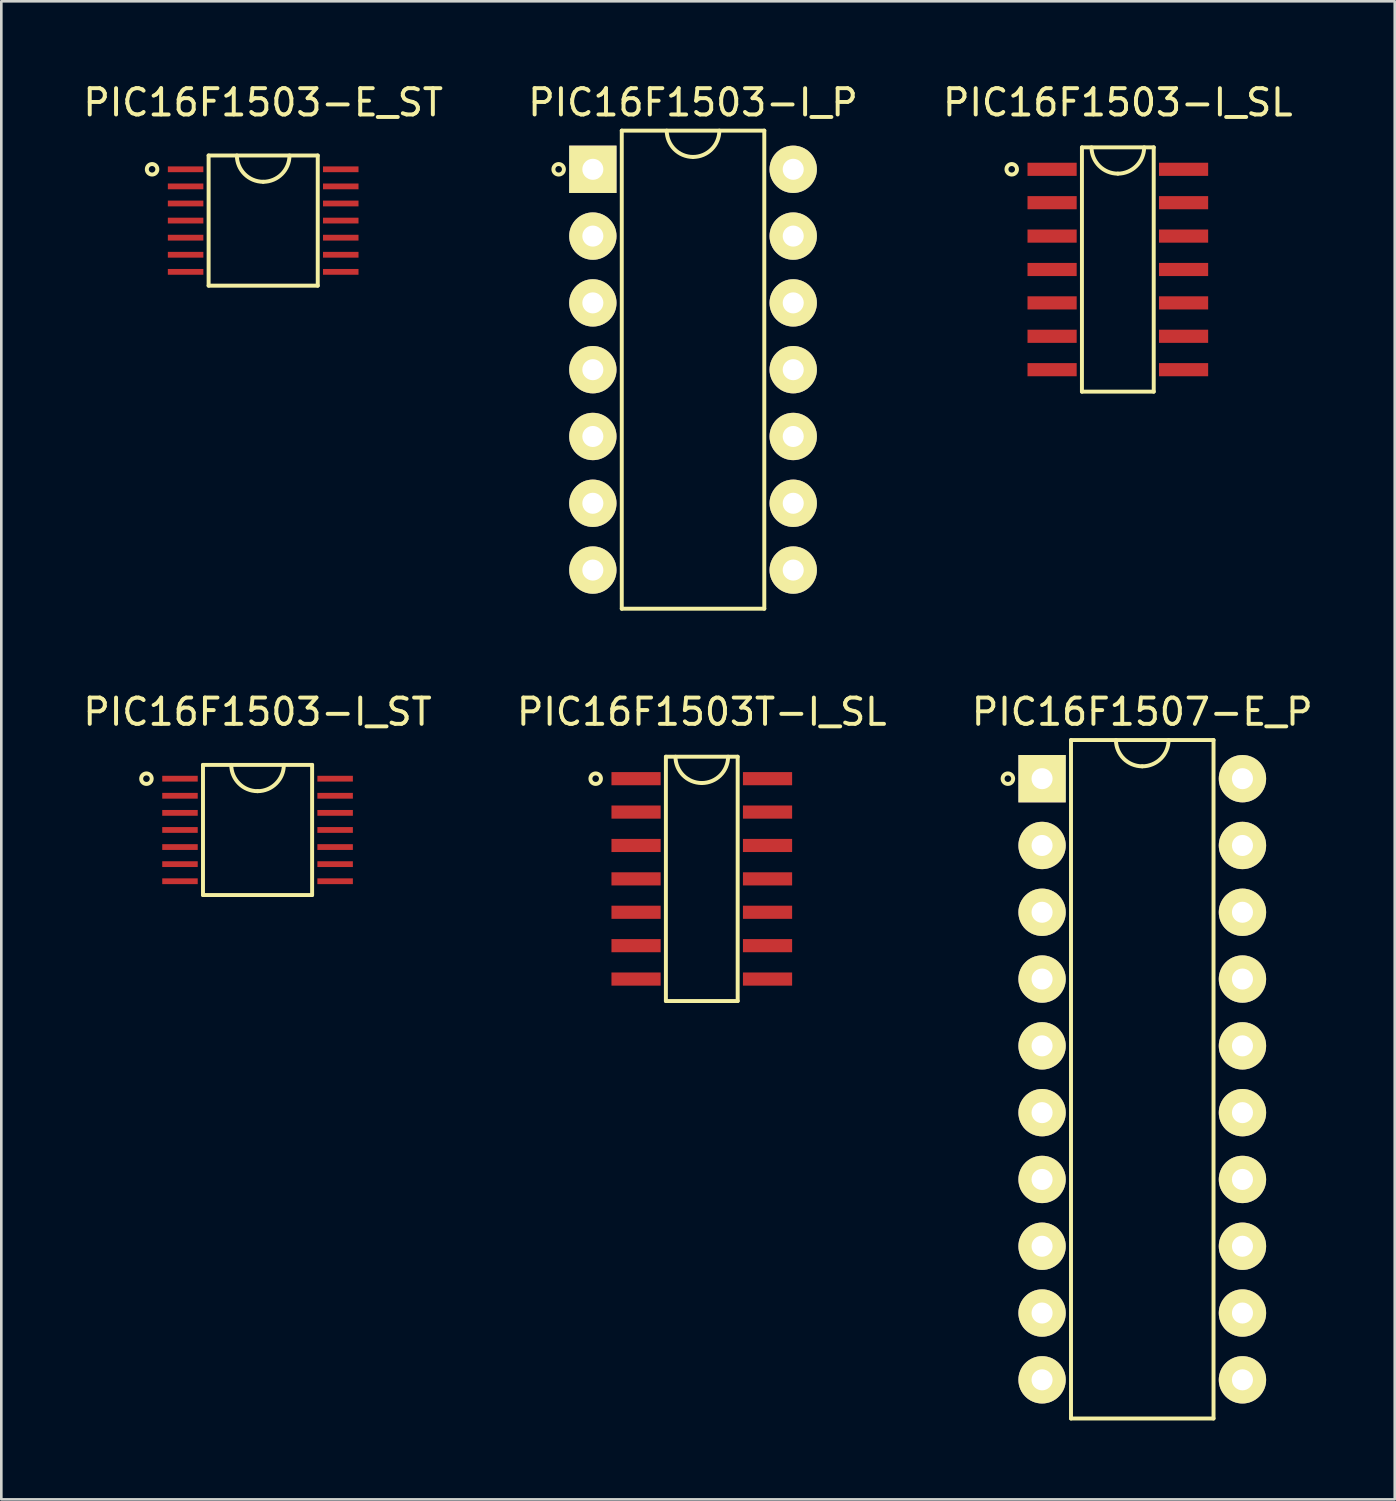
<source format=kicad_pcb>
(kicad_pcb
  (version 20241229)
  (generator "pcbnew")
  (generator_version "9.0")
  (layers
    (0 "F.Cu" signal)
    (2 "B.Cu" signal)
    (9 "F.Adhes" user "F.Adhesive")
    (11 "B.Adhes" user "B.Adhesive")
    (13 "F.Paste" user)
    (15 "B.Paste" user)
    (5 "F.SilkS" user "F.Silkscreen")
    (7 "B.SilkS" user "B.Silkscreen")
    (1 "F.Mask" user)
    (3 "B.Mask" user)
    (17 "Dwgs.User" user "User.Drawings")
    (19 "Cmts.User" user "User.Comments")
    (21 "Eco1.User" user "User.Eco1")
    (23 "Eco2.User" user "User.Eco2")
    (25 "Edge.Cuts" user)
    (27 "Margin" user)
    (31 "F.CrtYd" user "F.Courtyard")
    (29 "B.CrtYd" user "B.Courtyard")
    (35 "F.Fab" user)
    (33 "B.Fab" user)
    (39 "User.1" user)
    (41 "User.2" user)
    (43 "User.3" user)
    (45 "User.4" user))
  (footprint "PIC16F1503-I_SL"
    (layer "F.Cu")
    (at 36.958 3.388)
    (property "Reference" "PIC16F1503-I_SL" (at 2.5 -2.54 0) (layer "F.SilkS") (effects (font (size 1 1) (thickness 0.15))))
    (attr through_hole)
    (fp_line (start 1.135 -0.835) (end 3.865 -0.835) (stroke (width 0.15) (type solid)) (layer "F.SilkS"))
    (fp_line (start 1.135 8.455) (end 1.135 -0.835) (stroke (width 0.15) (type solid)) (layer "F.SilkS"))
    (fp_line (start 3.865 -0.835) (end 3.865 8.455) (stroke (width 0.15) (type solid)) (layer "F.SilkS"))
    (fp_line (start 3.865 8.455) (end 1.135 8.455) (stroke (width 0.15) (type solid)) (layer "F.SilkS"))
    (fp_arc (start 2.5 0.165) (mid 1.792893 -0.127893) (end 1.5 -0.835) (stroke (width 0.15) (type solid)) (layer "F.SilkS"))
    (fp_arc (start 3.5 -0.835) (mid 3.207107 -0.127893) (end 2.5 0.165) (stroke (width 0.15) (type solid)) (layer "F.SilkS"))
    (fp_circle (center -1.535 0) (end -1.535 0.2) (stroke (width 0.15) (type solid)) (fill no) (layer "F.SilkS"))
    (pad "1" smd rect (at 0 0) (size 1.87 0.5) (layers "F.Cu" "F.Mask" "F.Paste"))
    (pad "2" smd rect (at 0 1.27) (size 1.87 0.5) (layers "F.Cu" "F.Mask" "F.Paste"))
    (pad "3" smd rect (at 0 2.54) (size 1.87 0.5) (layers "F.Cu" "F.Mask" "F.Paste"))
    (pad "4" smd rect (at 0 3.81) (size 1.87 0.5) (layers "F.Cu" "F.Mask" "F.Paste"))
    (pad "5" smd rect (at 0 5.08) (size 1.87 0.5) (layers "F.Cu" "F.Mask" "F.Paste"))
    (pad "6" smd rect (at 0 6.35) (size 1.87 0.5) (layers "F.Cu" "F.Mask" "F.Paste"))
    (pad "7" smd rect (at 0 7.62) (size 1.87 0.5) (layers "F.Cu" "F.Mask" "F.Paste"))
    (pad "8" smd rect (at 5 7.62) (size 1.87 0.5) (layers "F.Cu" "F.Mask" "F.Paste"))
    (pad "9" smd rect (at 5 6.35) (size 1.87 0.5) (layers "F.Cu" "F.Mask" "F.Paste"))
    (pad "10" smd rect (at 5 5.08) (size 1.87 0.5) (layers "F.Cu" "F.Mask" "F.Paste"))
    (pad "11" smd rect (at 5 3.81) (size 1.87 0.5) (layers "F.Cu" "F.Mask" "F.Paste"))
    (pad "12" smd rect (at 5 2.54) (size 1.87 0.5) (layers "F.Cu" "F.Mask" "F.Paste"))
    (pad "13" smd rect (at 5 1.27) (size 1.87 0.5) (layers "F.Cu" "F.Mask" "F.Paste"))
    (pad "14" smd rect (at 5 0) (size 1.87 0.5) (layers "F.Cu" "F.Mask" "F.Paste")))
  (footprint "PIC16F1503-I_ST"
    (layer "F.Cu")
    (at 3.794 26.561)
    (property "Reference" "PIC16F1503-I_ST" (at 2.95 -2.54 0) (layer "F.SilkS") (effects (font (size 1 1) (thickness 0.15))))
    (attr through_hole)
    (fp_line (start 0.875 -0.525) (end 5.025 -0.525) (stroke (width 0.15) (type solid)) (layer "F.SilkS"))
    (fp_line (start 0.875 4.425) (end 0.875 -0.525) (stroke (width 0.15) (type solid)) (layer "F.SilkS"))
    (fp_line (start 5.025 -0.525) (end 5.025 4.425) (stroke (width 0.15) (type solid)) (layer "F.SilkS"))
    (fp_line (start 5.025 4.425) (end 0.875 4.425) (stroke (width 0.15) (type solid)) (layer "F.SilkS"))
    (fp_arc (start 2.95 0.475) (mid 2.242893 0.182107) (end 1.95 -0.525) (stroke (width 0.15) (type solid)) (layer "F.SilkS"))
    (fp_arc (start 3.95 -0.525) (mid 3.657107 0.182107) (end 2.95 0.475) (stroke (width 0.15) (type solid)) (layer "F.SilkS"))
    (fp_circle (center -1.275 0) (end -1.275 0.2) (stroke (width 0.15) (type solid)) (fill no) (layer "F.SilkS"))
    (pad "1" smd rect (at 0 0) (size 1.35 0.22) (layers "F.Cu" "F.Mask" "F.Paste"))
    (pad "2" smd rect (at 0 0.65) (size 1.35 0.22) (layers "F.Cu" "F.Mask" "F.Paste"))
    (pad "3" smd rect (at 0 1.3) (size 1.35 0.22) (layers "F.Cu" "F.Mask" "F.Paste"))
    (pad "4" smd rect (at 0 1.95) (size 1.35 0.22) (layers "F.Cu" "F.Mask" "F.Paste"))
    (pad "5" smd rect (at 0 2.6) (size 1.35 0.22) (layers "F.Cu" "F.Mask" "F.Paste"))
    (pad "6" smd rect (at 0 3.25) (size 1.35 0.22) (layers "F.Cu" "F.Mask" "F.Paste"))
    (pad "7" smd rect (at 0 3.9) (size 1.35 0.22) (layers "F.Cu" "F.Mask" "F.Paste"))
    (pad "8" smd rect (at 5.9 3.9) (size 1.35 0.22) (layers "F.Cu" "F.Mask" "F.Paste"))
    (pad "9" smd rect (at 5.9 3.25) (size 1.35 0.22) (layers "F.Cu" "F.Mask" "F.Paste"))
    (pad "10" smd rect (at 5.9 2.6) (size 1.35 0.22) (layers "F.Cu" "F.Mask" "F.Paste"))
    (pad "11" smd rect (at 5.9 1.95) (size 1.35 0.22) (layers "F.Cu" "F.Mask" "F.Paste"))
    (pad "12" smd rect (at 5.9 1.3) (size 1.35 0.22) (layers "F.Cu" "F.Mask" "F.Paste"))
    (pad "13" smd rect (at 5.9 0.65) (size 1.35 0.22) (layers "F.Cu" "F.Mask" "F.Paste"))
    (pad "14" smd rect (at 5.9 0) (size 1.35 0.22) (layers "F.Cu" "F.Mask" "F.Paste")))
  (footprint "PIC16F1503-I_P"
    (layer "F.Cu")
    (at 19.494 3.388)
    (property "Reference" "PIC16F1503-I_P" (at 3.81 -2.54 0) (layer "F.SilkS") (effects (font (size 1 1) (thickness 0.15))))
    (attr through_hole)
    (fp_line (start 1.1 -1.47) (end 6.52 -1.47) (stroke (width 0.15) (type solid)) (layer "F.SilkS"))
    (fp_line (start 1.1 16.71) (end 1.1 -1.47) (stroke (width 0.15) (type solid)) (layer "F.SilkS"))
    (fp_line (start 6.52 -1.47) (end 6.52 16.71) (stroke (width 0.15) (type solid)) (layer "F.SilkS"))
    (fp_line (start 6.52 16.71) (end 1.1 16.71) (stroke (width 0.15) (type solid)) (layer "F.SilkS"))
    (fp_arc (start 3.81 -0.47) (mid 3.102893 -0.762893) (end 2.81 -1.47) (stroke (width 0.15) (type solid)) (layer "F.SilkS"))
    (fp_arc (start 4.81 -1.47) (mid 4.517107 -0.762893) (end 3.81 -0.47) (stroke (width 0.15) (type solid)) (layer "F.SilkS"))
    (fp_circle (center -1.3 0) (end -1.3 0.2) (stroke (width 0.15) (type solid)) (fill no) (layer "F.SilkS"))
    (pad "1" thru_hole rect (at 0 0) (size 1.8 1.8) (drill 0.8) (layers "*.Cu" "*.Mask" "F.SilkS"))
    (pad "2" thru_hole circle (at 0 2.54) (size 1.8 1.8) (drill 0.8) (layers "*.Cu" "*.Mask" "F.SilkS"))
    (pad "3" thru_hole circle (at 0 5.08) (size 1.8 1.8) (drill 0.8) (layers "*.Cu" "*.Mask" "F.SilkS"))
    (pad "4" thru_hole circle (at 0 7.62) (size 1.8 1.8) (drill 0.8) (layers "*.Cu" "*.Mask" "F.SilkS"))
    (pad "5" thru_hole circle (at 0 10.16) (size 1.8 1.8) (drill 0.8) (layers "*.Cu" "*.Mask" "F.SilkS"))
    (pad "6" thru_hole circle (at 0 12.7) (size 1.8 1.8) (drill 0.8) (layers "*.Cu" "*.Mask" "F.SilkS"))
    (pad "7" thru_hole circle (at 0 15.24) (size 1.8 1.8) (drill 0.8) (layers "*.Cu" "*.Mask" "F.SilkS"))
    (pad "8" thru_hole circle (at 7.62 15.24) (size 1.8 1.8) (drill 0.8) (layers "*.Cu" "*.Mask" "F.SilkS"))
    (pad "9" thru_hole circle (at 7.62 12.7) (size 1.8 1.8) (drill 0.8) (layers "*.Cu" "*.Mask" "F.SilkS"))
    (pad "10" thru_hole circle (at 7.62 10.16) (size 1.8 1.8) (drill 0.8) (layers "*.Cu" "*.Mask" "F.SilkS"))
    (pad "11" thru_hole circle (at 7.62 7.62) (size 1.8 1.8) (drill 0.8) (layers "*.Cu" "*.Mask" "F.SilkS"))
    (pad "12" thru_hole circle (at 7.62 5.08) (size 1.8 1.8) (drill 0.8) (layers "*.Cu" "*.Mask" "F.SilkS"))
    (pad "13" thru_hole circle (at 7.62 2.54) (size 1.8 1.8) (drill 0.8) (layers "*.Cu" "*.Mask" "F.SilkS"))
    (pad "14" thru_hole circle (at 7.62 0) (size 1.8 1.8) (drill 0.8) (layers "*.Cu" "*.Mask" "F.SilkS")))
  (footprint "PIC16F1503-E_ST"
    (layer "F.Cu")
    (at 4.008 3.388)
    (property "Reference" "PIC16F1503-E_ST" (at 2.95 -2.54 0) (layer "F.SilkS") (effects (font (size 1 1) (thickness 0.15))))
    (attr through_hole)
    (fp_line (start 0.875 -0.525) (end 5.025 -0.525) (stroke (width 0.15) (type solid)) (layer "F.SilkS"))
    (fp_line (start 0.875 4.425) (end 0.875 -0.525) (stroke (width 0.15) (type solid)) (layer "F.SilkS"))
    (fp_line (start 5.025 -0.525) (end 5.025 4.425) (stroke (width 0.15) (type solid)) (layer "F.SilkS"))
    (fp_line (start 5.025 4.425) (end 0.875 4.425) (stroke (width 0.15) (type solid)) (layer "F.SilkS"))
    (fp_arc (start 2.95 0.475) (mid 2.242893 0.182107) (end 1.95 -0.525) (stroke (width 0.15) (type solid)) (layer "F.SilkS"))
    (fp_arc (start 3.95 -0.525) (mid 3.657107 0.182107) (end 2.95 0.475) (stroke (width 0.15) (type solid)) (layer "F.SilkS"))
    (fp_circle (center -1.275 0) (end -1.275 0.2) (stroke (width 0.15) (type solid)) (fill no) (layer "F.SilkS"))
    (pad "1" smd rect (at 0 0) (size 1.35 0.22) (layers "F.Cu" "F.Mask" "F.Paste"))
    (pad "2" smd rect (at 0 0.65) (size 1.35 0.22) (layers "F.Cu" "F.Mask" "F.Paste"))
    (pad "3" smd rect (at 0 1.3) (size 1.35 0.22) (layers "F.Cu" "F.Mask" "F.Paste"))
    (pad "4" smd rect (at 0 1.95) (size 1.35 0.22) (layers "F.Cu" "F.Mask" "F.Paste"))
    (pad "5" smd rect (at 0 2.6) (size 1.35 0.22) (layers "F.Cu" "F.Mask" "F.Paste"))
    (pad "6" smd rect (at 0 3.25) (size 1.35 0.22) (layers "F.Cu" "F.Mask" "F.Paste"))
    (pad "7" smd rect (at 0 3.9) (size 1.35 0.22) (layers "F.Cu" "F.Mask" "F.Paste"))
    (pad "8" smd rect (at 5.9 3.9) (size 1.35 0.22) (layers "F.Cu" "F.Mask" "F.Paste"))
    (pad "9" smd rect (at 5.9 3.25) (size 1.35 0.22) (layers "F.Cu" "F.Mask" "F.Paste"))
    (pad "10" smd rect (at 5.9 2.6) (size 1.35 0.22) (layers "F.Cu" "F.Mask" "F.Paste"))
    (pad "11" smd rect (at 5.9 1.95) (size 1.35 0.22) (layers "F.Cu" "F.Mask" "F.Paste"))
    (pad "12" smd rect (at 5.9 1.3) (size 1.35 0.22) (layers "F.Cu" "F.Mask" "F.Paste"))
    (pad "13" smd rect (at 5.9 0.65) (size 1.35 0.22) (layers "F.Cu" "F.Mask" "F.Paste"))
    (pad "14" smd rect (at 5.9 0) (size 1.35 0.22) (layers "F.Cu" "F.Mask" "F.Paste")))
  (footprint "PIC16F1503T-I_SL"
    (layer "F.Cu")
    (at 21.137 26.561)
    (property "Reference" "PIC16F1503T-I_SL" (at 2.5 -2.54 0) (layer "F.SilkS") (effects (font (size 1 1) (thickness 0.15))))
    (attr through_hole)
    (fp_line (start 1.135 -0.835) (end 3.865 -0.835) (stroke (width 0.15) (type solid)) (layer "F.SilkS"))
    (fp_line (start 1.135 8.455) (end 1.135 -0.835) (stroke (width 0.15) (type solid)) (layer "F.SilkS"))
    (fp_line (start 3.865 -0.835) (end 3.865 8.455) (stroke (width 0.15) (type solid)) (layer "F.SilkS"))
    (fp_line (start 3.865 8.455) (end 1.135 8.455) (stroke (width 0.15) (type solid)) (layer "F.SilkS"))
    (fp_arc (start 2.5 0.165) (mid 1.792893 -0.127893) (end 1.5 -0.835) (stroke (width 0.15) (type solid)) (layer "F.SilkS"))
    (fp_arc (start 3.5 -0.835) (mid 3.207107 -0.127893) (end 2.5 0.165) (stroke (width 0.15) (type solid)) (layer "F.SilkS"))
    (fp_circle (center -1.535 0) (end -1.535 0.2) (stroke (width 0.15) (type solid)) (fill no) (layer "F.SilkS"))
    (pad "1" smd rect (at 0 0) (size 1.87 0.5) (layers "F.Cu" "F.Mask" "F.Paste"))
    (pad "2" smd rect (at 0 1.27) (size 1.87 0.5) (layers "F.Cu" "F.Mask" "F.Paste"))
    (pad "3" smd rect (at 0 2.54) (size 1.87 0.5) (layers "F.Cu" "F.Mask" "F.Paste"))
    (pad "4" smd rect (at 0 3.81) (size 1.87 0.5) (layers "F.Cu" "F.Mask" "F.Paste"))
    (pad "5" smd rect (at 0 5.08) (size 1.87 0.5) (layers "F.Cu" "F.Mask" "F.Paste"))
    (pad "6" smd rect (at 0 6.35) (size 1.87 0.5) (layers "F.Cu" "F.Mask" "F.Paste"))
    (pad "7" smd rect (at 0 7.62) (size 1.87 0.5) (layers "F.Cu" "F.Mask" "F.Paste"))
    (pad "8" smd rect (at 5 7.62) (size 1.87 0.5) (layers "F.Cu" "F.Mask" "F.Paste"))
    (pad "9" smd rect (at 5 6.35) (size 1.87 0.5) (layers "F.Cu" "F.Mask" "F.Paste"))
    (pad "10" smd rect (at 5 5.08) (size 1.87 0.5) (layers "F.Cu" "F.Mask" "F.Paste"))
    (pad "11" smd rect (at 5 3.81) (size 1.87 0.5) (layers "F.Cu" "F.Mask" "F.Paste"))
    (pad "12" smd rect (at 5 2.54) (size 1.87 0.5) (layers "F.Cu" "F.Mask" "F.Paste"))
    (pad "13" smd rect (at 5 1.27) (size 1.87 0.5) (layers "F.Cu" "F.Mask" "F.Paste"))
    (pad "14" smd rect (at 5 0) (size 1.87 0.5) (layers "F.Cu" "F.Mask" "F.Paste")))
  (footprint "PIC16F1507-E_P"
    (layer "F.Cu")
    (at 36.577 26.561)
    (property "Reference" "PIC16F1507-E_P" (at 3.81 -2.54 0) (layer "F.SilkS") (effects (font (size 1 1) (thickness 0.15))))
    (attr through_hole)
    (fp_line (start 1.1 -1.47) (end 6.52 -1.47) (stroke (width 0.15) (type solid)) (layer "F.SilkS"))
    (fp_line (start 1.1 24.33) (end 1.1 -1.47) (stroke (width 0.15) (type solid)) (layer "F.SilkS"))
    (fp_line (start 6.52 -1.47) (end 6.52 24.33) (stroke (width 0.15) (type solid)) (layer "F.SilkS"))
    (fp_line (start 6.52 24.33) (end 1.1 24.33) (stroke (width 0.15) (type solid)) (layer "F.SilkS"))
    (fp_arc (start 3.81 -0.47) (mid 3.102893 -0.762893) (end 2.81 -1.47) (stroke (width 0.15) (type solid)) (layer "F.SilkS"))
    (fp_arc (start 4.81 -1.47) (mid 4.517107 -0.762893) (end 3.81 -0.47) (stroke (width 0.15) (type solid)) (layer "F.SilkS"))
    (fp_circle (center -1.3 0) (end -1.3 0.2) (stroke (width 0.15) (type solid)) (fill no) (layer "F.SilkS"))
    (pad "1" thru_hole rect (at 0 0) (size 1.8 1.8) (drill 0.8) (layers "*.Cu" "*.Mask" "F.SilkS"))
    (pad "2" thru_hole circle (at 0 2.54) (size 1.8 1.8) (drill 0.8) (layers "*.Cu" "*.Mask" "F.SilkS"))
    (pad "3" thru_hole circle (at 0 5.08) (size 1.8 1.8) (drill 0.8) (layers "*.Cu" "*.Mask" "F.SilkS"))
    (pad "4" thru_hole circle (at 0 7.62) (size 1.8 1.8) (drill 0.8) (layers "*.Cu" "*.Mask" "F.SilkS"))
    (pad "5" thru_hole circle (at 0 10.16) (size 1.8 1.8) (drill 0.8) (layers "*.Cu" "*.Mask" "F.SilkS"))
    (pad "6" thru_hole circle (at 0 12.7) (size 1.8 1.8) (drill 0.8) (layers "*.Cu" "*.Mask" "F.SilkS"))
    (pad "7" thru_hole circle (at 0 15.24) (size 1.8 1.8) (drill 0.8) (layers "*.Cu" "*.Mask" "F.SilkS"))
    (pad "8" thru_hole circle (at 0 17.78) (size 1.8 1.8) (drill 0.8) (layers "*.Cu" "*.Mask" "F.SilkS"))
    (pad "9" thru_hole circle (at 0 20.32) (size 1.8 1.8) (drill 0.8) (layers "*.Cu" "*.Mask" "F.SilkS"))
    (pad "10" thru_hole circle (at 0 22.86) (size 1.8 1.8) (drill 0.8) (layers "*.Cu" "*.Mask" "F.SilkS"))
    (pad "11" thru_hole circle (at 7.62 22.86) (size 1.8 1.8) (drill 0.8) (layers "*.Cu" "*.Mask" "F.SilkS"))
    (pad "12" thru_hole circle (at 7.62 20.32) (size 1.8 1.8) (drill 0.8) (layers "*.Cu" "*.Mask" "F.SilkS"))
    (pad "13" thru_hole circle (at 7.62 17.78) (size 1.8 1.8) (drill 0.8) (layers "*.Cu" "*.Mask" "F.SilkS"))
    (pad "14" thru_hole circle (at 7.62 15.24) (size 1.8 1.8) (drill 0.8) (layers "*.Cu" "*.Mask" "F.SilkS"))
    (pad "15" thru_hole circle (at 7.62 12.7) (size 1.8 1.8) (drill 0.8) (layers "*.Cu" "*.Mask" "F.SilkS"))
    (pad "16" thru_hole circle (at 7.62 10.16) (size 1.8 1.8) (drill 0.8) (layers "*.Cu" "*.Mask" "F.SilkS"))
    (pad "17" thru_hole circle (at 7.62 7.62) (size 1.8 1.8) (drill 0.8) (layers "*.Cu" "*.Mask" "F.SilkS"))
    (pad "18" thru_hole circle (at 7.62 5.08) (size 1.8 1.8) (drill 0.8) (layers "*.Cu" "*.Mask" "F.SilkS"))
    (pad "19" thru_hole circle (at 7.62 2.54) (size 1.8 1.8) (drill 0.8) (layers "*.Cu" "*.Mask" "F.SilkS"))
    (pad "20" thru_hole circle (at 7.62 0) (size 1.8 1.8) (drill 0.8) (layers "*.Cu" "*.Mask" "F.SilkS")))
  (gr_rect
    (start -3 -3)
    (end 49.988 53.967)
    (stroke (width 0.1) (type default))
    (fill no)
    (layer "Edge.Cuts")))
</source>
